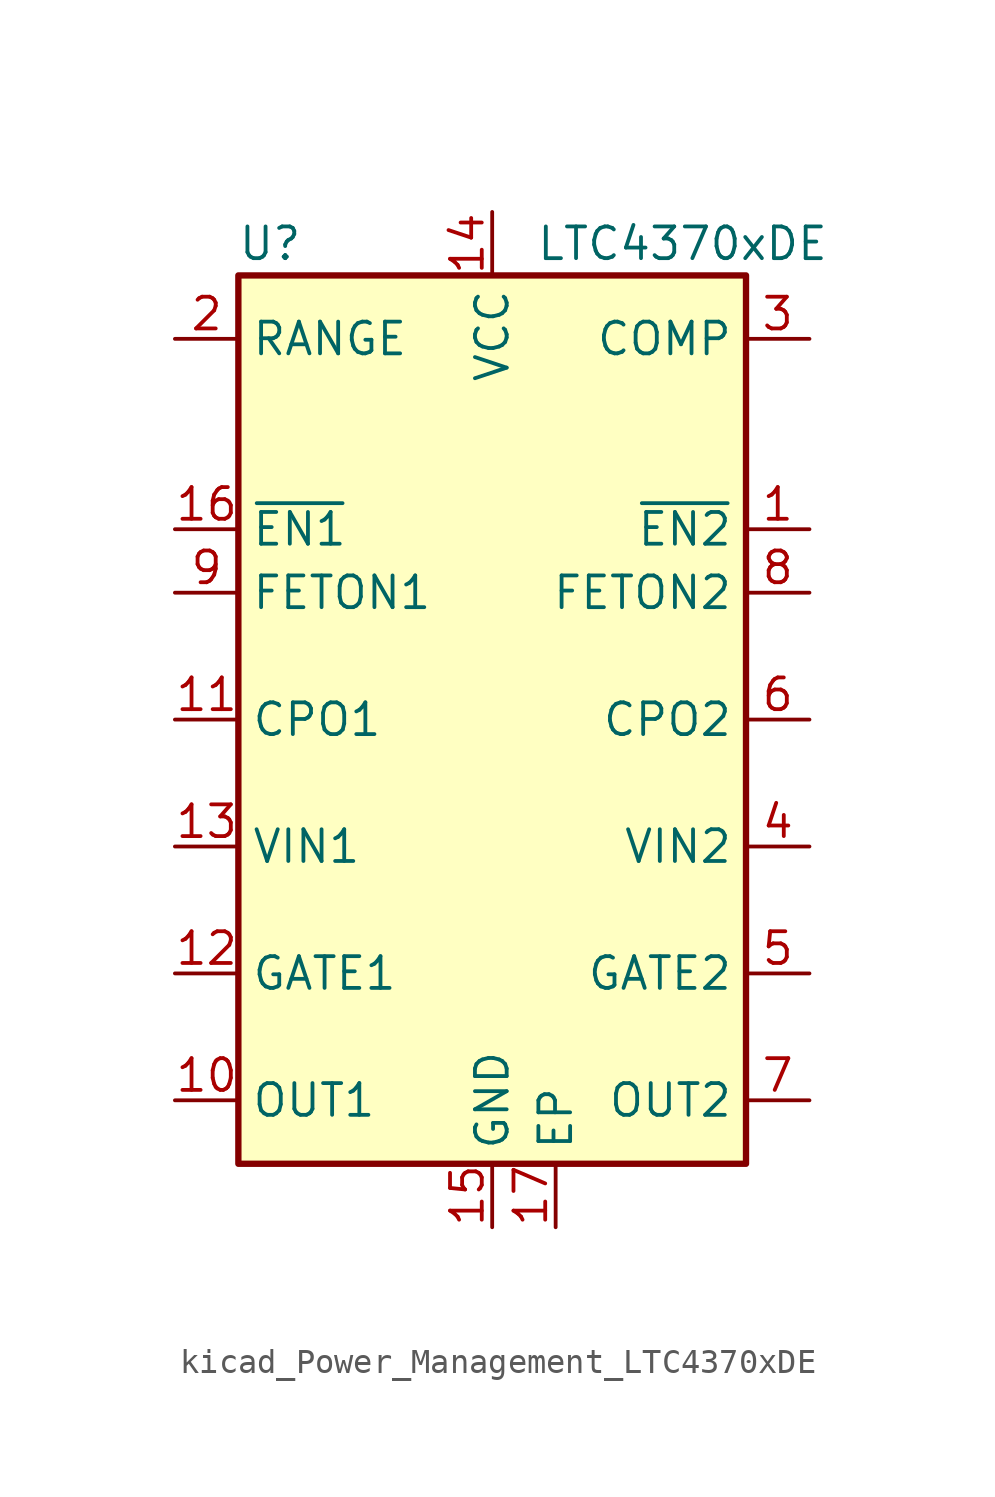
<source format=kicad_sym>
(kicad_symbol_lib
  (version 20220914)
  (generator kicad_symbol_editor)
  (symbol "kicad_Power_Management_LTC4370xDE"
    (property "Reference" "U"
      (at -8.89 19.05 0)
      (effects (font (size 1.27 1.27))))
    (property "Value" "LTC4370xDE"
      (at 7.62 19.05 0)
      (effects (font (size 1.27 1.27))))
    (symbol "kicad_Power_Management_LTC4370xDE_0_1"
      (rectangle (start -10.16 17.78) (end 10.16 -17.78) (stroke (width 0.254) (type default)) (fill (type background))))
    (symbol "kicad_Power_Management_LTC4370xDE_1_1"
      (pin input line (at 12.7 7.62 180) (length 2.54) (name "~{EN2}" (effects (font (size 1.27 1.27)))) (number "1" (effects (font (size 1.27 1.27)))))
      (pin input line (at -12.7 -15.24 0) (length 2.54) (name "OUT1" (effects (font (size 1.27 1.27)))) (number "10" (effects (font (size 1.27 1.27)))))
      (pin passive line (at -12.7 0 0) (length 2.54) (name "CPO1" (effects (font (size 1.27 1.27)))) (number "11" (effects (font (size 1.27 1.27)))))
      (pin output line (at -12.7 -10.16 0) (length 2.54) (name "GATE1" (effects (font (size 1.27 1.27)))) (number "12" (effects (font (size 1.27 1.27)))))
      (pin power_in line (at -12.7 -5.08 0) (length 2.54) (name "VIN1" (effects (font (size 1.27 1.27)))) (number "13" (effects (font (size 1.27 1.27)))))
      (pin power_in line (at 0 20.32 270) (length 2.54) (name "VCC" (effects (font (size 1.27 1.27)))) (number "14" (effects (font (size 1.27 1.27)))))
      (pin power_in line (at 0 -20.32 90) (length 2.54) (name "GND" (effects (font (size 1.27 1.27)))) (number "15" (effects (font (size 1.27 1.27)))))
      (pin input line (at -12.7 7.62 0) (length 2.54) (name "~{EN1}" (effects (font (size 1.27 1.27)))) (number "16" (effects (font (size 1.27 1.27)))))
      (pin passive line (at 2.54 -20.32 90) (length 2.54) (name "EP" (effects (font (size 1.27 1.27)))) (number "17" (effects (font (size 1.27 1.27)))))
      (pin passive line (at -12.7 15.24 0) (length 2.54) (name "RANGE" (effects (font (size 1.27 1.27)))) (number "2" (effects (font (size 1.27 1.27)))))
      (pin passive line (at 12.7 15.24 180) (length 2.54) (name "COMP" (effects (font (size 1.27 1.27)))) (number "3" (effects (font (size 1.27 1.27)))))
      (pin power_in line (at 12.7 -5.08 180) (length 2.54) (name "VIN2" (effects (font (size 1.27 1.27)))) (number "4" (effects (font (size 1.27 1.27)))))
      (pin output line (at 12.7 -10.16 180) (length 2.54) (name "GATE2" (effects (font (size 1.27 1.27)))) (number "5" (effects (font (size 1.27 1.27)))))
      (pin passive line (at 12.7 0 180) (length 2.54) (name "CPO2" (effects (font (size 1.27 1.27)))) (number "6" (effects (font (size 1.27 1.27)))))
      (pin input line (at 12.7 -15.24 180) (length 2.54) (name "OUT2" (effects (font (size 1.27 1.27)))) (number "7" (effects (font (size 1.27 1.27)))))
      (pin open_collector line (at 12.7 5.08 180) (length 2.54) (name "FETON2" (effects (font (size 1.27 1.27)))) (number "8" (effects (font (size 1.27 1.27)))))
      (pin open_collector line (at -12.7 5.08 0) (length 2.54) (name "FETON1" (effects (font (size 1.27 1.27)))) (number "9" (effects (font (size 1.27 1.27))))))))
</source>
